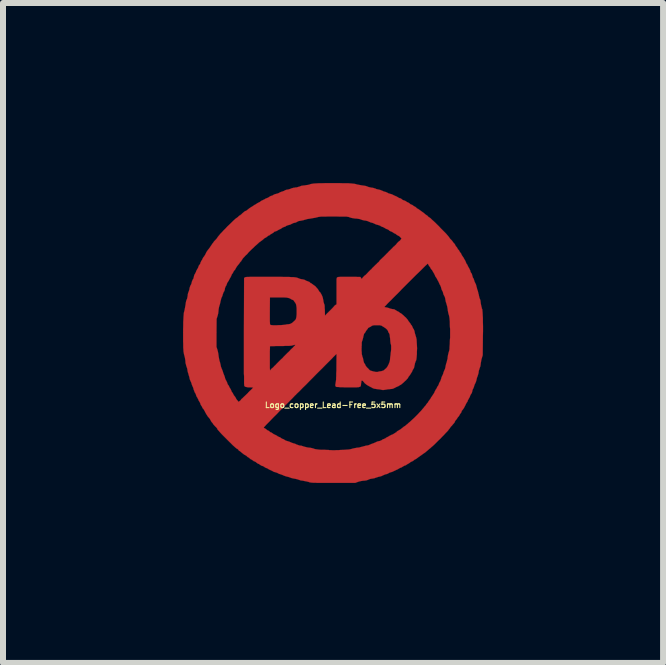
<source format=kicad_pcb>
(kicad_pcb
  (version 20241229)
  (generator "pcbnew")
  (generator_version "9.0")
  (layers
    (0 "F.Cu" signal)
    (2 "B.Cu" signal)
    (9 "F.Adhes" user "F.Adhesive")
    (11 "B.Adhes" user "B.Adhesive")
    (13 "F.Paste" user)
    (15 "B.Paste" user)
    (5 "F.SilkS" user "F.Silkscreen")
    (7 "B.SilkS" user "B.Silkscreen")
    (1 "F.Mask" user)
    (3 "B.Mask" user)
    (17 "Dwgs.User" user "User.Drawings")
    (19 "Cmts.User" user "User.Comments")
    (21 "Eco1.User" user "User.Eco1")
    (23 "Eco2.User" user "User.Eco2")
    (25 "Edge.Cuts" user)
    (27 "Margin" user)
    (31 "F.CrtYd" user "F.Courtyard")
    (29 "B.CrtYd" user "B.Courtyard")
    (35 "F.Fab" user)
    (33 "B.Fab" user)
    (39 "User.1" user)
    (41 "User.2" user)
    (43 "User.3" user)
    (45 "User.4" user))
  (footprint "Logo_copper_Lead-Free_5x5mm"
    (layer "F.Cu")
    (at 2.501 2.501)
    (property "Reference" "Logo_copper_Lead-Free_5x5mm" (at 0 1.2 0) (layer "F.SilkS") (effects (font (size 0.094 0.094) (thickness 0.018))))
    (attr through_hole)
    (fp_poly (pts (xy 2.499 -0.033) (xy 2.497 0.056) (xy 2.497 0.081) (xy 2.494 0.368) (xy 2.479 0.419) (xy 2.471 0.447) (xy 2.466 0.478) (xy 2.461 0.505) (xy 2.461 0.513) (xy 2.454 0.556) (xy 2.443 0.584) (xy 2.436 0.607) (xy 2.428 0.632) (xy 2.426 0.653) (xy 2.421 0.678) (xy 2.413 0.704) (xy 2.408 0.721) (xy 2.398 0.744) (xy 2.393 0.767) (xy 2.39 0.78) (xy 2.385 0.8) (xy 2.377 0.823) (xy 2.372 0.833) (xy 2.362 0.853) (xy 2.355 0.871) (xy 2.352 0.881) (xy 2.347 0.899) (xy 2.339 0.919) (xy 2.337 0.922) (xy 2.329 0.937) (xy 2.322 0.958) (xy 2.319 0.973) (xy 2.314 0.993) (xy 2.306 1.008) (xy 2.301 1.016) (xy 2.294 1.026) (xy 2.286 1.041) (xy 2.283 1.052) (xy 2.276 1.069) (xy 2.266 1.087) (xy 2.261 1.095) (xy 2.253 1.11) (xy 2.245 1.125) (xy 2.24 1.143) (xy 2.23 1.156) (xy 2.22 1.171) (xy 2.212 1.189) (xy 2.202 1.209) (xy 2.189 1.234) (xy 2.174 1.26) (xy 2.159 1.28) (xy 2.156 1.283) (xy 2.146 1.295) (xy 2.141 1.308) (xy 2.141 1.311) (xy 2.139 1.318) (xy 2.131 1.331) (xy 2.123 1.341) (xy 2.113 1.356) (xy 2.103 1.374) (xy 2.101 1.379) (xy 2.093 1.389) (xy 2.088 1.394) (xy 2.088 1.397) (xy 2.083 1.4) (xy 2.075 1.41) (xy 2.075 1.412) (xy 2.065 1.427) (xy 2.052 1.445) (xy 2.047 1.45) (xy 2.037 1.463) (xy 2.032 1.473) (xy 2.029 1.476) (xy 2.029 1.481) (xy 2.027 1.486) (xy 2.022 1.494) (xy 2.012 1.506) (xy 1.996 1.524) (xy 1.976 1.549) (xy 1.968 1.554) (xy 1.953 1.575) (xy 1.951 1.577) (xy 1.951 0.008) (xy 1.951 -0.008) (xy 1.951 -0.025) (xy 1.951 -0.046) (xy 1.951 -0.069) (xy 1.948 -0.097) (xy 1.946 -0.147) (xy 1.946 -0.188) (xy 1.943 -0.221) (xy 1.941 -0.246) (xy 1.938 -0.267) (xy 1.935 -0.282) (xy 1.933 -0.292) (xy 1.93 -0.302) (xy 1.928 -0.307) (xy 1.923 -0.325) (xy 1.918 -0.348) (xy 1.913 -0.373) (xy 1.913 -0.381) (xy 1.908 -0.414) (xy 1.902 -0.445) (xy 1.895 -0.47) (xy 1.887 -0.498) (xy 1.88 -0.518) (xy 1.875 -0.544) (xy 1.872 -0.559) (xy 1.867 -0.587) (xy 1.859 -0.61) (xy 1.857 -0.612) (xy 1.849 -0.627) (xy 1.839 -0.648) (xy 1.836 -0.66) (xy 1.831 -0.681) (xy 1.824 -0.699) (xy 1.819 -0.706) (xy 1.811 -0.721) (xy 1.806 -0.739) (xy 1.803 -0.747) (xy 1.798 -0.767) (xy 1.791 -0.787) (xy 1.788 -0.792) (xy 1.778 -0.81) (xy 1.768 -0.831) (xy 1.768 -0.833) (xy 1.758 -0.853) (xy 1.748 -0.874) (xy 1.745 -0.876) (xy 1.737 -0.892) (xy 1.732 -0.902) (xy 1.732 -0.904) (xy 1.727 -0.912) (xy 1.72 -0.922) (xy 1.717 -0.927) (xy 1.704 -0.945) (xy 1.697 -0.965) (xy 1.694 -0.968) (xy 1.687 -0.986) (xy 1.676 -1.003) (xy 1.674 -1.008) (xy 1.664 -1.024) (xy 1.659 -1.034) (xy 1.656 -1.036) (xy 1.654 -1.044) (xy 1.646 -1.054) (xy 1.636 -1.064) (xy 1.626 -1.079) (xy 1.623 -1.087) (xy 1.613 -1.102) (xy 1.605 -1.113) (xy 1.603 -1.115) (xy 1.598 -1.123) (xy 1.59 -1.135) (xy 1.59 -1.138) (xy 1.582 -1.151) (xy 1.577 -1.156) (xy 1.575 -1.156) (xy 1.572 -1.153) (xy 1.56 -1.14) (xy 1.542 -1.125) (xy 1.519 -1.102) (xy 1.491 -1.074) (xy 1.458 -1.041) (xy 1.422 -1.006) (xy 1.382 -0.968) (xy 1.341 -0.927) (xy 1.298 -0.884) (xy 1.252 -0.838) (xy 1.209 -0.795) (xy 1.163 -0.749) (xy 1.14 -0.726) (xy 1.14 -1.577) (xy 1.12 -1.598) (xy 1.105 -1.613) (xy 1.09 -1.621) (xy 1.082 -1.626) (xy 1.067 -1.633) (xy 1.054 -1.643) (xy 1.041 -1.654) (xy 1.029 -1.659) (xy 1.013 -1.666) (xy 1.003 -1.674) (xy 0.993 -1.681) (xy 0.978 -1.689) (xy 0.97 -1.692) (xy 0.953 -1.699) (xy 0.935 -1.709) (xy 0.932 -1.714) (xy 0.917 -1.725) (xy 0.899 -1.732) (xy 0.897 -1.732) (xy 0.879 -1.74) (xy 0.864 -1.75) (xy 0.861 -1.75) (xy 0.846 -1.76) (xy 0.828 -1.768) (xy 0.826 -1.768) (xy 0.808 -1.775) (xy 0.792 -1.783) (xy 0.792 -1.786) (xy 0.78 -1.791) (xy 0.762 -1.798) (xy 0.744 -1.803) (xy 0.724 -1.808) (xy 0.704 -1.816) (xy 0.693 -1.821) (xy 0.678 -1.829) (xy 0.658 -1.836) (xy 0.648 -1.839) (xy 0.627 -1.844) (xy 0.605 -1.854) (xy 0.597 -1.857) (xy 0.574 -1.867) (xy 0.541 -1.875) (xy 0.533 -1.875) (xy 0.508 -1.88) (xy 0.485 -1.885) (xy 0.467 -1.892) (xy 0.445 -1.9) (xy 0.414 -1.905) (xy 0.396 -1.908) (xy 0.361 -1.91) (xy 0.333 -1.915) (xy 0.312 -1.918) (xy 0.295 -1.923) (xy 0.279 -1.928) (xy 0.274 -1.93) (xy 0.267 -1.933) (xy 0.259 -1.935) (xy 0.251 -1.938) (xy 0.241 -1.938) (xy 0.226 -1.941) (xy 0.208 -1.941) (xy 0.183 -1.941) (xy 0.152 -1.941) (xy 0.114 -1.941) (xy 0.069 -1.943) (xy 0.01 -1.943) (xy -0.046 -1.943) (xy -0.091 -1.943) (xy -0.13 -1.941) (xy -0.16 -1.941) (xy -0.185 -1.941) (xy -0.206 -1.941) (xy -0.221 -1.938) (xy -0.234 -1.938) (xy -0.244 -1.935) (xy -0.254 -1.933) (xy -0.264 -1.93) (xy -0.267 -1.93) (xy -0.292 -1.923) (xy -0.323 -1.918) (xy -0.353 -1.913) (xy -0.368 -1.91) (xy -0.399 -1.905) (xy -0.432 -1.9) (xy -0.457 -1.892) (xy -0.467 -1.89) (xy -0.493 -1.882) (xy -0.518 -1.877) (xy -0.541 -1.872) (xy -0.574 -1.867) (xy -0.594 -1.857) (xy -0.612 -1.847) (xy -0.632 -1.839) (xy -0.638 -1.839) (xy -0.66 -1.834) (xy -0.681 -1.824) (xy -0.688 -1.821) (xy -0.706 -1.811) (xy -0.729 -1.803) (xy -0.739 -1.801) (xy -0.757 -1.796) (xy -0.775 -1.788) (xy -0.782 -1.786) (xy -0.795 -1.775) (xy -0.813 -1.77) (xy -0.815 -1.768) (xy -0.833 -1.763) (xy -0.846 -1.755) (xy -0.848 -1.753) (xy -0.861 -1.745) (xy -0.876 -1.735) (xy -0.889 -1.73) (xy -0.909 -1.72) (xy -0.927 -1.709) (xy -0.937 -1.704) (xy -0.95 -1.697) (xy -0.963 -1.694) (xy -0.965 -1.694) (xy -0.973 -1.692) (xy -0.983 -1.684) (xy -0.993 -1.674) (xy -1.011 -1.664) (xy -1.013 -1.661) (xy -1.031 -1.651) (xy -1.049 -1.641) (xy -1.052 -1.638) (xy -1.062 -1.628) (xy -1.072 -1.626) (xy -1.082 -1.621) (xy -1.092 -1.613) (xy -1.102 -1.605) (xy -1.115 -1.595) (xy -1.125 -1.59) (xy -1.13 -1.587) (xy -1.135 -1.585) (xy -1.148 -1.577) (xy -1.158 -1.567) (xy -1.179 -1.549) (xy -1.196 -1.537) (xy -1.209 -1.527) (xy -1.222 -1.519) (xy -1.232 -1.511) (xy -1.25 -1.494) (xy -1.273 -1.473) (xy -1.3 -1.45) (xy -1.328 -1.422) (xy -1.356 -1.397) (xy -1.384 -1.369) (xy -1.41 -1.344) (xy -1.415 -1.336) (xy -1.435 -1.313) (xy -1.458 -1.293) (xy -1.476 -1.273) (xy -1.488 -1.26) (xy -1.494 -1.255) (xy -1.506 -1.24) (xy -1.516 -1.224) (xy -1.521 -1.217) (xy -1.529 -1.204) (xy -1.534 -1.194) (xy -1.537 -1.194) (xy -1.544 -1.186) (xy -1.552 -1.176) (xy -1.562 -1.161) (xy -1.572 -1.148) (xy -1.587 -1.13) (xy -1.605 -1.107) (xy -1.618 -1.085) (xy -1.628 -1.067) (xy -1.633 -1.057) (xy -1.638 -1.049) (xy -1.641 -1.049) (xy -1.646 -1.044) (xy -1.654 -1.034) (xy -1.661 -1.019) (xy -1.671 -1.001) (xy -1.679 -0.988) (xy -1.684 -0.983) (xy -1.689 -0.975) (xy -1.694 -0.963) (xy -1.694 -0.96) (xy -1.702 -0.942) (xy -1.712 -0.925) (xy -1.722 -0.907) (xy -1.732 -0.889) (xy -1.74 -0.871) (xy -1.75 -0.859) (xy -1.75 -0.856) (xy -1.76 -0.843) (xy -1.768 -0.826) (xy -1.773 -0.81) (xy -1.781 -0.79) (xy -1.786 -0.785) (xy -1.796 -0.765) (xy -1.803 -0.742) (xy -1.803 -0.734) (xy -1.808 -0.714) (xy -1.816 -0.693) (xy -1.821 -0.688) (xy -1.829 -0.671) (xy -1.836 -0.65) (xy -1.839 -0.643) (xy -1.844 -0.622) (xy -1.854 -0.599) (xy -1.857 -0.594) (xy -1.864 -0.577) (xy -1.869 -0.554) (xy -1.875 -0.533) (xy -1.88 -0.508) (xy -1.887 -0.478) (xy -1.895 -0.455) (xy -1.902 -0.427) (xy -1.908 -0.394) (xy -1.91 -0.366) (xy -1.915 -0.325) (xy -1.925 -0.287) (xy -1.928 -0.277) (xy -1.941 -0.236) (xy -1.943 -0.003) (xy -1.943 0.231) (xy -1.928 0.277) (xy -1.92 0.307) (xy -1.913 0.343) (xy -1.908 0.381) (xy -1.908 0.384) (xy -1.902 0.417) (xy -1.897 0.445) (xy -1.892 0.465) (xy -1.892 0.467) (xy -1.885 0.485) (xy -1.88 0.508) (xy -1.875 0.528) (xy -1.869 0.559) (xy -1.859 0.587) (xy -1.854 0.597) (xy -1.847 0.615) (xy -1.839 0.635) (xy -1.836 0.645) (xy -1.831 0.663) (xy -1.824 0.683) (xy -1.819 0.693) (xy -1.811 0.714) (xy -1.803 0.737) (xy -1.801 0.747) (xy -1.796 0.765) (xy -1.788 0.78) (xy -1.786 0.785) (xy -1.778 0.798) (xy -1.77 0.815) (xy -1.765 0.826) (xy -1.76 0.843) (xy -1.753 0.859) (xy -1.748 0.864) (xy -1.737 0.879) (xy -1.732 0.894) (xy -1.73 0.894) (xy -1.722 0.912) (xy -1.712 0.927) (xy -1.704 0.94) (xy -1.697 0.958) (xy -1.694 0.963) (xy -1.689 0.978) (xy -1.681 0.988) (xy -1.679 0.991) (xy -1.671 1.001) (xy -1.664 1.016) (xy -1.661 1.021) (xy -1.654 1.036) (xy -1.643 1.049) (xy -1.641 1.052) (xy -1.631 1.064) (xy -1.623 1.079) (xy -1.615 1.095) (xy -1.603 1.113) (xy -1.595 1.12) (xy -1.577 1.146) (xy -1.557 1.133) (xy -1.547 1.125) (xy -1.537 1.115) (xy -1.532 1.105) (xy -1.521 1.095) (xy -1.506 1.082) (xy -1.486 1.062) (xy -1.458 1.036) (xy -1.427 1.006) (xy -1.417 0.996) (xy -1.41 0.986) (xy -1.4 0.978) (xy -1.392 0.968) (xy -1.387 0.963) (xy -1.379 0.958) (xy -1.369 0.947) (xy -1.356 0.935) (xy -1.344 0.922) (xy -1.336 0.912) (xy -1.331 0.907) (xy -1.336 0.907) (xy -1.349 0.907) (xy -1.369 0.904) (xy -1.384 0.904) (xy -1.42 0.904) (xy -1.445 0.899) (xy -1.466 0.894) (xy -1.476 0.884) (xy -1.478 0.879) (xy -1.481 0.874) (xy -1.481 0.869) (xy -1.481 0.856) (xy -1.483 0.841) (xy -1.483 0.818) (xy -1.483 0.792) (xy -1.483 0.759) (xy -1.483 0.721) (xy -1.486 0.676) (xy -1.486 0.622) (xy -1.486 0.561) (xy -1.486 0.493) (xy -1.486 0.417) (xy -1.486 0.33) (xy -1.486 0.236) (xy -1.486 0.132) (xy -1.486 0.018) (xy -1.486 -0.025) (xy -1.483 -0.917) (xy -1.471 -0.927) (xy -1.468 -0.93) (xy -1.466 -0.93) (xy -1.46 -0.932) (xy -1.453 -0.932) (xy -1.44 -0.935) (xy -1.425 -0.935) (xy -1.407 -0.935) (xy -1.382 -0.937) (xy -1.351 -0.937) (xy -1.313 -0.937) (xy -1.267 -0.937) (xy -1.212 -0.937) (xy -1.148 -0.937) (xy -1.097 -0.937) (xy -1.013 -0.937) (xy -0.94 -0.937) (xy -0.874 -0.937) (xy -0.818 -0.935) (xy -0.77 -0.935) (xy -0.729 -0.935) (xy -0.693 -0.932) (xy -0.665 -0.932) (xy -0.643 -0.93) (xy -0.622 -0.927) (xy -0.61 -0.925) (xy -0.597 -0.922) (xy -0.587 -0.917) (xy -0.584 -0.917) (xy -0.566 -0.909) (xy -0.546 -0.902) (xy -0.521 -0.897) (xy -0.518 -0.897) (xy -0.493 -0.892) (xy -0.472 -0.886) (xy -0.46 -0.879) (xy -0.447 -0.871) (xy -0.429 -0.866) (xy -0.419 -0.861) (xy -0.396 -0.853) (xy -0.384 -0.843) (xy -0.376 -0.833) (xy -0.368 -0.831) (xy -0.361 -0.828) (xy -0.348 -0.818) (xy -0.343 -0.815) (xy -0.328 -0.803) (xy -0.312 -0.792) (xy -0.31 -0.79) (xy -0.297 -0.782) (xy -0.284 -0.767) (xy -0.269 -0.749) (xy -0.254 -0.734) (xy -0.244 -0.716) (xy -0.236 -0.704) (xy -0.234 -0.699) (xy -0.229 -0.691) (xy -0.224 -0.686) (xy -0.216 -0.681) (xy -0.206 -0.665) (xy -0.196 -0.648) (xy -0.191 -0.638) (xy -0.178 -0.61) (xy -0.17 -0.584) (xy -0.165 -0.556) (xy -0.163 -0.549) (xy -0.16 -0.526) (xy -0.155 -0.505) (xy -0.15 -0.49) (xy -0.15 -0.488) (xy -0.145 -0.478) (xy -0.142 -0.465) (xy -0.14 -0.447) (xy -0.14 -0.422) (xy -0.137 -0.389) (xy -0.137 -0.381) (xy -0.135 -0.29) (xy -0.109 -0.318) (xy -0.094 -0.333) (xy -0.081 -0.345) (xy -0.074 -0.353) (xy -0.048 -0.378) (xy -0.025 -0.401) (xy -0.003 -0.424) (xy 0.013 -0.442) (xy 0.025 -0.457) (xy 0.038 -0.467) (xy 0.046 -0.472) (xy 0.058 -0.48) (xy 0.058 -0.699) (xy 0.058 -0.752) (xy 0.058 -0.795) (xy 0.058 -0.831) (xy 0.058 -0.859) (xy 0.058 -0.881) (xy 0.058 -0.897) (xy 0.061 -0.909) (xy 0.061 -0.917) (xy 0.064 -0.922) (xy 0.066 -0.925) (xy 0.069 -0.927) (xy 0.071 -0.93) (xy 0.076 -0.932) (xy 0.081 -0.932) (xy 0.091 -0.935) (xy 0.104 -0.935) (xy 0.124 -0.937) (xy 0.15 -0.937) (xy 0.183 -0.937) (xy 0.224 -0.937) (xy 0.262 -0.937) (xy 0.305 -0.937) (xy 0.345 -0.937) (xy 0.381 -0.937) (xy 0.411 -0.935) (xy 0.434 -0.935) (xy 0.45 -0.935) (xy 0.455 -0.935) (xy 0.462 -0.927) (xy 0.47 -0.914) (xy 0.475 -0.904) (xy 0.478 -0.902) (xy 0.483 -0.909) (xy 0.49 -0.919) (xy 0.5 -0.932) (xy 0.513 -0.945) (xy 0.526 -0.958) (xy 0.533 -0.963) (xy 0.536 -0.963) (xy 0.541 -0.968) (xy 0.551 -0.978) (xy 0.564 -0.991) (xy 0.566 -0.993) (xy 0.584 -1.013) (xy 0.607 -1.036) (xy 0.622 -1.052) (xy 0.638 -1.064) (xy 0.648 -1.077) (xy 0.655 -1.085) (xy 0.668 -1.097) (xy 0.686 -1.115) (xy 0.706 -1.135) (xy 0.726 -1.153) (xy 0.742 -1.171) (xy 0.744 -1.171) (xy 0.759 -1.184) (xy 0.767 -1.194) (xy 0.772 -1.199) (xy 0.775 -1.206) (xy 0.785 -1.217) (xy 0.798 -1.229) (xy 0.8 -1.232) (xy 0.815 -1.245) (xy 0.826 -1.257) (xy 0.833 -1.262) (xy 0.838 -1.267) (xy 0.851 -1.28) (xy 0.866 -1.295) (xy 0.884 -1.313) (xy 0.886 -1.316) (xy 0.904 -1.333) (xy 0.922 -1.351) (xy 0.932 -1.364) (xy 0.94 -1.369) (xy 0.947 -1.377) (xy 0.958 -1.387) (xy 0.97 -1.4) (xy 0.978 -1.407) (xy 0.991 -1.42) (xy 1.003 -1.435) (xy 1.024 -1.45) (xy 1.026 -1.455) (xy 1.041 -1.468) (xy 1.052 -1.478) (xy 1.054 -1.483) (xy 1.059 -1.488) (xy 1.067 -1.499) (xy 1.079 -1.511) (xy 1.092 -1.524) (xy 1.105 -1.534) (xy 1.113 -1.539) (xy 1.118 -1.544) (xy 1.125 -1.554) (xy 1.13 -1.56) (xy 1.14 -1.577) (xy 1.14 -0.726) (xy 1.12 -0.704) (xy 1.077 -0.66) (xy 1.036 -0.62) (xy 0.998 -0.582) (xy 0.963 -0.546) (xy 0.932 -0.516) (xy 0.904 -0.488) (xy 0.884 -0.465) (xy 0.869 -0.45) (xy 0.859 -0.439) (xy 0.856 -0.434) (xy 0.864 -0.432) (xy 0.876 -0.429) (xy 0.889 -0.427) (xy 0.912 -0.422) (xy 0.937 -0.414) (xy 0.947 -0.409) (xy 0.968 -0.404) (xy 0.991 -0.399) (xy 0.998 -0.399) (xy 1.024 -0.394) (xy 1.036 -0.386) (xy 1.052 -0.376) (xy 1.069 -0.366) (xy 1.074 -0.363) (xy 1.09 -0.356) (xy 1.102 -0.348) (xy 1.107 -0.343) (xy 1.118 -0.335) (xy 1.133 -0.328) (xy 1.143 -0.32) (xy 1.158 -0.307) (xy 1.176 -0.292) (xy 1.194 -0.274) (xy 1.214 -0.257) (xy 1.229 -0.239) (xy 1.242 -0.224) (xy 1.25 -0.213) (xy 1.252 -0.208) (xy 1.255 -0.201) (xy 1.265 -0.191) (xy 1.27 -0.183) (xy 1.28 -0.17) (xy 1.288 -0.16) (xy 1.29 -0.157) (xy 1.293 -0.15) (xy 1.3 -0.137) (xy 1.303 -0.137) (xy 1.313 -0.124) (xy 1.321 -0.107) (xy 1.323 -0.102) (xy 1.331 -0.084) (xy 1.339 -0.069) (xy 1.344 -0.066) (xy 1.351 -0.048) (xy 1.359 -0.023) (xy 1.359 -0.018) (xy 1.364 0.005) (xy 1.372 0.03) (xy 1.377 0.048) (xy 1.384 0.071) (xy 1.392 0.107) (xy 1.394 0.147) (xy 1.397 0.198) (xy 1.4 0.254) (xy 1.397 0.312) (xy 1.397 0.348) (xy 1.394 0.384) (xy 1.392 0.411) (xy 1.389 0.429) (xy 1.387 0.445) (xy 1.384 0.455) (xy 1.382 0.46) (xy 1.379 0.465) (xy 1.372 0.483) (xy 1.364 0.508) (xy 1.361 0.526) (xy 1.354 0.556) (xy 1.349 0.579) (xy 1.341 0.594) (xy 1.331 0.61) (xy 1.323 0.625) (xy 1.323 0.627) (xy 1.318 0.64) (xy 1.306 0.66) (xy 1.293 0.681) (xy 1.278 0.704) (xy 1.273 0.711) (xy 1.26 0.726) (xy 1.25 0.744) (xy 1.245 0.754) (xy 1.232 0.767) (xy 1.217 0.785) (xy 1.196 0.803) (xy 1.176 0.823) (xy 1.158 0.838) (xy 1.143 0.851) (xy 1.13 0.861) (xy 1.125 0.864) (xy 1.118 0.866) (xy 1.107 0.874) (xy 1.102 0.876) (xy 1.087 0.886) (xy 1.067 0.894) (xy 1.049 0.902) (xy 1.031 0.912) (xy 1.026 0.914) (xy 1.016 0.919) (xy 1.003 0.925) (xy 0.986 0.93) (xy 0.968 0.932) (xy 0.968 0.239) (xy 0.968 0.211) (xy 0.965 0.191) (xy 0.96 0.178) (xy 0.958 0.163) (xy 0.955 0.142) (xy 0.953 0.117) (xy 0.95 0.081) (xy 0.947 0.066) (xy 0.945 0.041) (xy 0.942 0.023) (xy 0.937 0.01) (xy 0.932 0) (xy 0.93 0) (xy 0.922 -0.015) (xy 0.917 -0.028) (xy 0.917 -0.03) (xy 0.912 -0.041) (xy 0.902 -0.056) (xy 0.886 -0.071) (xy 0.871 -0.084) (xy 0.853 -0.094) (xy 0.851 -0.097) (xy 0.833 -0.107) (xy 0.818 -0.117) (xy 0.81 -0.122) (xy 0.805 -0.124) (xy 0.792 -0.127) (xy 0.78 -0.13) (xy 0.757 -0.13) (xy 0.729 -0.13) (xy 0.701 -0.13) (xy 0.681 -0.13) (xy 0.665 -0.127) (xy 0.655 -0.124) (xy 0.648 -0.122) (xy 0.64 -0.117) (xy 0.638 -0.114) (xy 0.622 -0.104) (xy 0.605 -0.097) (xy 0.602 -0.094) (xy 0.592 -0.089) (xy 0.584 -0.084) (xy 0.582 -0.079) (xy 0.574 -0.066) (xy 0.564 -0.056) (xy 0.554 -0.041) (xy 0.544 -0.028) (xy 0.544 -0.023) (xy 0.538 -0.015) (xy 0.531 -0.003) (xy 0.526 0) (xy 0.516 0.015) (xy 0.511 0.033) (xy 0.505 0.056) (xy 0.5 0.081) (xy 0.493 0.107) (xy 0.488 0.124) (xy 0.483 0.137) (xy 0.48 0.147) (xy 0.478 0.163) (xy 0.478 0.18) (xy 0.478 0.203) (xy 0.475 0.234) (xy 0.475 0.257) (xy 0.475 0.295) (xy 0.478 0.323) (xy 0.478 0.343) (xy 0.48 0.358) (xy 0.483 0.368) (xy 0.485 0.378) (xy 0.485 0.381) (xy 0.49 0.396) (xy 0.498 0.417) (xy 0.503 0.442) (xy 0.503 0.447) (xy 0.511 0.478) (xy 0.516 0.495) (xy 0.521 0.503) (xy 0.531 0.516) (xy 0.538 0.531) (xy 0.538 0.533) (xy 0.544 0.544) (xy 0.556 0.561) (xy 0.572 0.579) (xy 0.582 0.587) (xy 0.597 0.605) (xy 0.61 0.617) (xy 0.622 0.625) (xy 0.638 0.63) (xy 0.658 0.635) (xy 0.663 0.638) (xy 0.691 0.643) (xy 0.711 0.648) (xy 0.726 0.648) (xy 0.742 0.648) (xy 0.759 0.643) (xy 0.767 0.64) (xy 0.787 0.638) (xy 0.805 0.635) (xy 0.813 0.632) (xy 0.823 0.63) (xy 0.838 0.625) (xy 0.856 0.612) (xy 0.866 0.602) (xy 0.884 0.587) (xy 0.897 0.572) (xy 0.909 0.554) (xy 0.922 0.528) (xy 0.925 0.523) (xy 0.935 0.498) (xy 0.942 0.48) (xy 0.947 0.46) (xy 0.95 0.437) (xy 0.95 0.429) (xy 0.953 0.399) (xy 0.958 0.368) (xy 0.96 0.34) (xy 0.96 0.338) (xy 0.965 0.305) (xy 0.968 0.272) (xy 0.968 0.239) (xy 0.968 0.932) (xy 0.963 0.932) (xy 0.94 0.935) (xy 0.912 0.937) (xy 0.886 0.942) (xy 0.866 0.945) (xy 0.853 0.947) (xy 0.831 0.95) (xy 0.818 0.947) (xy 0.805 0.945) (xy 0.785 0.94) (xy 0.759 0.937) (xy 0.737 0.935) (xy 0.706 0.93) (xy 0.686 0.927) (xy 0.671 0.922) (xy 0.66 0.917) (xy 0.658 0.917) (xy 0.643 0.907) (xy 0.625 0.899) (xy 0.622 0.897) (xy 0.592 0.881) (xy 0.559 0.861) (xy 0.528 0.836) (xy 0.513 0.818) (xy 0.498 0.8) (xy 0.485 0.792) (xy 0.478 0.792) (xy 0.472 0.8) (xy 0.47 0.82) (xy 0.467 0.838) (xy 0.465 0.864) (xy 0.462 0.881) (xy 0.455 0.892) (xy 0.442 0.897) (xy 0.422 0.902) (xy 0.414 0.902) (xy 0.394 0.904) (xy 0.368 0.904) (xy 0.338 0.904) (xy 0.302 0.904) (xy 0.264 0.904) (xy 0.224 0.904) (xy 0.185 0.904) (xy 0.15 0.902) (xy 0.117 0.902) (xy 0.089 0.899) (xy 0.069 0.899) (xy 0.056 0.897) (xy 0.053 0.897) (xy 0.043 0.889) (xy 0.038 0.876) (xy 0.038 0.859) (xy 0.043 0.833) (xy 0.043 0.826) (xy 0.046 0.813) (xy 0.048 0.795) (xy 0.051 0.775) (xy 0.051 0.747) (xy 0.053 0.714) (xy 0.053 0.671) (xy 0.056 0.622) (xy 0.056 0.566) (xy 0.058 0.348) (xy 0.046 0.358) (xy 0.038 0.366) (xy 0.023 0.381) (xy 0 0.404) (xy -0.023 0.429) (xy -0.056 0.462) (xy -0.094 0.5) (xy -0.135 0.541) (xy -0.18 0.587) (xy -0.229 0.635) (xy -0.282 0.688) (xy -0.335 0.742) (xy -0.391 0.798) (xy -0.447 0.856) (xy -0.505 0.912) (xy -0.564 0.973) (xy -0.607 1.013) (xy -0.607 -0.361) (xy -0.607 -0.366) (xy -0.607 -0.409) (xy -0.61 -0.442) (xy -0.615 -0.47) (xy -0.62 -0.488) (xy -0.63 -0.503) (xy -0.632 -0.508) (xy -0.643 -0.521) (xy -0.65 -0.533) (xy -0.653 -0.536) (xy -0.658 -0.546) (xy -0.676 -0.554) (xy -0.681 -0.556) (xy -0.699 -0.564) (xy -0.714 -0.574) (xy -0.719 -0.577) (xy -0.732 -0.582) (xy -0.752 -0.587) (xy -0.777 -0.592) (xy -0.813 -0.594) (xy -0.856 -0.594) (xy -0.909 -0.594) (xy -0.932 -0.594) (xy -1.052 -0.594) (xy -1.054 -0.368) (xy -1.054 -0.312) (xy -1.054 -0.264) (xy -1.054 -0.226) (xy -1.054 -0.196) (xy -1.052 -0.173) (xy -1.052 -0.157) (xy -1.049 -0.145) (xy -1.049 -0.14) (xy -1.046 -0.137) (xy -1.039 -0.135) (xy -1.024 -0.132) (xy -0.998 -0.13) (xy -0.97 -0.13) (xy -0.937 -0.13) (xy -0.904 -0.132) (xy -0.871 -0.132) (xy -0.841 -0.135) (xy -0.815 -0.137) (xy -0.795 -0.14) (xy -0.792 -0.14) (xy -0.77 -0.145) (xy -0.744 -0.147) (xy -0.726 -0.15) (xy -0.704 -0.157) (xy -0.678 -0.173) (xy -0.653 -0.196) (xy -0.645 -0.203) (xy -0.635 -0.213) (xy -0.632 -0.216) (xy -0.622 -0.229) (xy -0.615 -0.249) (xy -0.61 -0.277) (xy -0.607 -0.315) (xy -0.607 -0.361) (xy -0.607 1.013) (xy -0.622 1.031) (xy -0.63 1.036) (xy -0.63 0.198) (xy -0.632 0.196) (xy -0.64 0.196) (xy -0.65 0.198) (xy -0.668 0.203) (xy -0.678 0.206) (xy -0.688 0.208) (xy -0.699 0.211) (xy -0.714 0.211) (xy -0.732 0.213) (xy -0.757 0.213) (xy -0.79 0.213) (xy -0.831 0.216) (xy -0.874 0.216) (xy -0.917 0.216) (xy -0.955 0.216) (xy -0.988 0.218) (xy -1.016 0.218) (xy -1.036 0.218) (xy -1.046 0.218) (xy -1.049 0.221) (xy -1.052 0.226) (xy -1.052 0.241) (xy -1.052 0.264) (xy -1.054 0.292) (xy -1.054 0.328) (xy -1.054 0.363) (xy -1.054 0.404) (xy -1.054 0.445) (xy -1.054 0.483) (xy -1.054 0.521) (xy -1.054 0.554) (xy -1.054 0.582) (xy -1.052 0.605) (xy -1.052 0.617) (xy -1.049 0.622) (xy -1.044 0.617) (xy -1.039 0.61) (xy -1.031 0.599) (xy -1.029 0.597) (xy -1.024 0.592) (xy -1.011 0.582) (xy -0.996 0.569) (xy -0.978 0.549) (xy -0.958 0.531) (xy -0.937 0.508) (xy -0.922 0.493) (xy -0.917 0.488) (xy -0.904 0.475) (xy -0.886 0.457) (xy -0.866 0.437) (xy -0.843 0.417) (xy -0.823 0.394) (xy -0.8 0.371) (xy -0.78 0.351) (xy -0.762 0.333) (xy -0.752 0.323) (xy -0.744 0.318) (xy -0.744 0.315) (xy -0.737 0.31) (xy -0.724 0.297) (xy -0.709 0.279) (xy -0.691 0.262) (xy -0.671 0.244) (xy -0.655 0.226) (xy -0.643 0.213) (xy -0.635 0.206) (xy -0.63 0.198) (xy -0.63 1.036) (xy -0.681 1.09) (xy -0.737 1.146) (xy -0.792 1.201) (xy -0.846 1.255) (xy -0.897 1.306) (xy -0.942 1.354) (xy -0.986 1.397) (xy -1.026 1.438) (xy -1.062 1.476) (xy -1.092 1.506) (xy -1.118 1.532) (xy -1.135 1.552) (xy -1.148 1.565) (xy -1.153 1.57) (xy -1.156 1.57) (xy -1.151 1.58) (xy -1.14 1.587) (xy -1.125 1.595) (xy -1.11 1.608) (xy -1.107 1.61) (xy -1.095 1.618) (xy -1.085 1.626) (xy -1.082 1.626) (xy -1.074 1.628) (xy -1.064 1.636) (xy -1.059 1.641) (xy -1.046 1.651) (xy -1.036 1.656) (xy -1.034 1.656) (xy -1.026 1.659) (xy -1.016 1.666) (xy -1.008 1.671) (xy -0.991 1.684) (xy -0.973 1.692) (xy -0.968 1.694) (xy -0.953 1.702) (xy -0.932 1.712) (xy -0.93 1.717) (xy -0.914 1.725) (xy -0.904 1.73) (xy -0.899 1.732) (xy -0.889 1.735) (xy -0.876 1.742) (xy -0.874 1.745) (xy -0.859 1.755) (xy -0.841 1.765) (xy -0.836 1.765) (xy -0.818 1.773) (xy -0.805 1.783) (xy -0.8 1.786) (xy -0.79 1.791) (xy -0.772 1.798) (xy -0.759 1.801) (xy -0.737 1.808) (xy -0.716 1.816) (xy -0.706 1.821) (xy -0.686 1.829) (xy -0.665 1.836) (xy -0.658 1.839) (xy -0.635 1.844) (xy -0.615 1.854) (xy -0.61 1.857) (xy -0.589 1.864) (xy -0.566 1.872) (xy -0.556 1.875) (xy -0.531 1.877) (xy -0.505 1.885) (xy -0.493 1.89) (xy -0.472 1.895) (xy -0.447 1.902) (xy -0.419 1.908) (xy -0.401 1.91) (xy -0.373 1.913) (xy -0.351 1.918) (xy -0.333 1.923) (xy -0.325 1.925) (xy -0.305 1.933) (xy -0.274 1.938) (xy -0.236 1.943) (xy -0.191 1.946) (xy -0.165 1.946) (xy -0.135 1.946) (xy -0.104 1.948) (xy -0.076 1.948) (xy -0.061 1.951) (xy -0.038 1.951) (xy -0.008 1.953) (xy 0.018 1.953) (xy 0.028 1.953) (xy 0.058 1.951) (xy 0.094 1.951) (xy 0.127 1.948) (xy 0.14 1.948) (xy 0.188 1.946) (xy 0.226 1.943) (xy 0.257 1.941) (xy 0.279 1.938) (xy 0.3 1.933) (xy 0.315 1.93) (xy 0.318 1.928) (xy 0.338 1.923) (xy 0.361 1.918) (xy 0.389 1.913) (xy 0.406 1.91) (xy 0.434 1.908) (xy 0.46 1.9) (xy 0.483 1.895) (xy 0.493 1.892) (xy 0.511 1.887) (xy 0.536 1.88) (xy 0.559 1.875) (xy 0.582 1.872) (xy 0.605 1.864) (xy 0.62 1.857) (xy 0.638 1.849) (xy 0.66 1.841) (xy 0.668 1.839) (xy 0.686 1.831) (xy 0.704 1.824) (xy 0.709 1.821) (xy 0.724 1.814) (xy 0.742 1.806) (xy 0.759 1.803) (xy 0.78 1.798) (xy 0.798 1.791) (xy 0.808 1.786) (xy 0.823 1.775) (xy 0.838 1.768) (xy 0.841 1.768) (xy 0.859 1.76) (xy 0.876 1.753) (xy 0.876 1.75) (xy 0.892 1.74) (xy 0.909 1.732) (xy 0.912 1.73) (xy 0.927 1.722) (xy 0.94 1.714) (xy 0.942 1.712) (xy 0.953 1.707) (xy 0.968 1.699) (xy 0.98 1.694) (xy 0.998 1.687) (xy 1.011 1.679) (xy 1.019 1.674) (xy 1.026 1.669) (xy 1.041 1.661) (xy 1.041 1.659) (xy 1.054 1.654) (xy 1.059 1.648) (xy 1.059 1.646) (xy 1.064 1.641) (xy 1.074 1.633) (xy 1.085 1.628) (xy 1.123 1.605) (xy 1.153 1.582) (xy 1.161 1.575) (xy 1.173 1.565) (xy 1.189 1.554) (xy 1.201 1.547) (xy 1.214 1.537) (xy 1.224 1.527) (xy 1.242 1.514) (xy 1.257 1.499) (xy 1.285 1.476) (xy 1.318 1.445) (xy 1.351 1.415) (xy 1.379 1.387) (xy 1.384 1.382) (xy 1.415 1.351) (xy 1.44 1.323) (xy 1.46 1.303) (xy 1.476 1.285) (xy 1.488 1.27) (xy 1.499 1.257) (xy 1.514 1.24) (xy 1.527 1.222) (xy 1.537 1.214) (xy 1.547 1.199) (xy 1.557 1.184) (xy 1.56 1.181) (xy 1.567 1.171) (xy 1.575 1.163) (xy 1.582 1.156) (xy 1.585 1.151) (xy 1.59 1.138) (xy 1.6 1.125) (xy 1.605 1.12) (xy 1.615 1.105) (xy 1.626 1.09) (xy 1.628 1.085) (xy 1.636 1.069) (xy 1.646 1.059) (xy 1.646 1.057) (xy 1.654 1.046) (xy 1.656 1.041) (xy 1.661 1.034) (xy 1.669 1.021) (xy 1.674 1.016) (xy 1.684 0.998) (xy 1.694 0.98) (xy 1.694 0.975) (xy 1.702 0.96) (xy 1.709 0.947) (xy 1.709 0.945) (xy 1.72 0.932) (xy 1.727 0.917) (xy 1.73 0.912) (xy 1.737 0.897) (xy 1.745 0.884) (xy 1.748 0.881) (xy 1.755 0.869) (xy 1.763 0.853) (xy 1.763 0.848) (xy 1.77 0.831) (xy 1.781 0.81) (xy 1.783 0.81) (xy 1.791 0.792) (xy 1.798 0.772) (xy 1.803 0.757) (xy 1.808 0.737) (xy 1.816 0.719) (xy 1.821 0.709) (xy 1.829 0.693) (xy 1.836 0.676) (xy 1.836 0.673) (xy 1.841 0.655) (xy 1.849 0.635) (xy 1.854 0.622) (xy 1.864 0.602) (xy 1.872 0.574) (xy 1.875 0.556) (xy 1.88 0.531) (xy 1.887 0.503) (xy 1.895 0.483) (xy 1.9 0.457) (xy 1.908 0.429) (xy 1.91 0.409) (xy 1.913 0.384) (xy 1.918 0.356) (xy 1.925 0.33) (xy 1.925 0.328) (xy 1.93 0.312) (xy 1.935 0.297) (xy 1.938 0.282) (xy 1.941 0.264) (xy 1.941 0.239) (xy 1.943 0.211) (xy 1.946 0.173) (xy 1.946 0.152) (xy 1.948 0.109) (xy 1.951 0.076) (xy 1.951 0.048) (xy 1.951 0.025) (xy 1.951 0.008) (xy 1.951 1.577) (xy 1.941 1.593) (xy 1.93 1.605) (xy 1.928 1.608) (xy 1.918 1.623) (xy 1.9 1.643) (xy 1.877 1.666) (xy 1.849 1.697) (xy 1.819 1.727) (xy 1.788 1.76) (xy 1.755 1.791) (xy 1.722 1.824) (xy 1.692 1.854) (xy 1.664 1.88) (xy 1.638 1.902) (xy 1.621 1.918) (xy 1.608 1.928) (xy 1.598 1.935) (xy 1.585 1.948) (xy 1.567 1.963) (xy 1.557 1.971) (xy 1.542 1.984) (xy 1.527 1.996) (xy 1.516 2.002) (xy 1.516 2.004) (xy 1.509 2.007) (xy 1.499 2.014) (xy 1.486 2.024) (xy 1.471 2.035) (xy 1.46 2.042) (xy 1.443 2.055) (xy 1.422 2.068) (xy 1.415 2.075) (xy 1.397 2.088) (xy 1.382 2.098) (xy 1.372 2.103) (xy 1.369 2.106) (xy 1.361 2.108) (xy 1.351 2.116) (xy 1.346 2.121) (xy 1.331 2.131) (xy 1.313 2.141) (xy 1.311 2.141) (xy 1.293 2.149) (xy 1.278 2.162) (xy 1.267 2.169) (xy 1.26 2.174) (xy 1.252 2.177) (xy 1.24 2.184) (xy 1.232 2.189) (xy 1.217 2.2) (xy 1.201 2.207) (xy 1.196 2.207) (xy 1.181 2.215) (xy 1.166 2.223) (xy 1.158 2.228) (xy 1.143 2.238) (xy 1.128 2.243) (xy 1.123 2.245) (xy 1.11 2.25) (xy 1.095 2.261) (xy 1.092 2.261) (xy 1.077 2.271) (xy 1.059 2.278) (xy 1.054 2.281) (xy 1.036 2.289) (xy 1.016 2.299) (xy 1.013 2.299) (xy 0.996 2.309) (xy 0.975 2.316) (xy 0.965 2.319) (xy 0.947 2.324) (xy 0.927 2.334) (xy 0.922 2.337) (xy 0.904 2.347) (xy 0.884 2.352) (xy 0.881 2.352) (xy 0.866 2.357) (xy 0.846 2.365) (xy 0.831 2.372) (xy 0.808 2.383) (xy 0.785 2.39) (xy 0.77 2.393) (xy 0.749 2.398) (xy 0.729 2.405) (xy 0.719 2.408) (xy 0.704 2.413) (xy 0.683 2.421) (xy 0.658 2.423) (xy 0.655 2.426) (xy 0.632 2.428) (xy 0.615 2.433) (xy 0.602 2.436) (xy 0.599 2.438) (xy 0.582 2.446) (xy 0.559 2.454) (xy 0.528 2.459) (xy 0.5 2.461) (xy 0.467 2.466) (xy 0.434 2.474) (xy 0.409 2.482) (xy 0.368 2.497) (xy 0.043 2.497) (xy -0.013 2.497) (xy -0.071 2.497) (xy -0.127 2.497) (xy -0.178 2.497) (xy -0.224 2.497) (xy -0.262 2.497) (xy -0.295 2.494) (xy -0.32 2.494) (xy -0.333 2.494) (xy -0.363 2.492) (xy -0.391 2.487) (xy -0.414 2.479) (xy -0.417 2.479) (xy -0.434 2.474) (xy -0.46 2.469) (xy -0.488 2.464) (xy -0.498 2.461) (xy -0.538 2.456) (xy -0.569 2.446) (xy -0.577 2.443) (xy -0.597 2.436) (xy -0.62 2.431) (xy -0.645 2.426) (xy -0.671 2.421) (xy -0.693 2.416) (xy -0.711 2.41) (xy -0.711 2.408) (xy -0.729 2.403) (xy -0.752 2.395) (xy -0.767 2.393) (xy -0.792 2.385) (xy -0.818 2.377) (xy -0.831 2.37) (xy -0.851 2.362) (xy -0.869 2.355) (xy -0.879 2.352) (xy -0.897 2.347) (xy -0.914 2.339) (xy -0.917 2.337) (xy -0.932 2.329) (xy -0.953 2.322) (xy -0.963 2.319) (xy -0.983 2.314) (xy -1.001 2.306) (xy -1.006 2.301) (xy -1.021 2.294) (xy -1.039 2.286) (xy -1.044 2.283) (xy -1.062 2.276) (xy -1.074 2.268) (xy -1.079 2.266) (xy -1.09 2.258) (xy -1.107 2.25) (xy -1.11 2.25) (xy -1.128 2.243) (xy -1.14 2.235) (xy -1.143 2.233) (xy -1.153 2.225) (xy -1.171 2.217) (xy -1.176 2.215) (xy -1.194 2.21) (xy -1.214 2.197) (xy -1.217 2.195) (xy -1.232 2.184) (xy -1.242 2.179) (xy -1.245 2.179) (xy -1.252 2.177) (xy -1.265 2.167) (xy -1.273 2.162) (xy -1.288 2.149) (xy -1.303 2.141) (xy -1.308 2.139) (xy -1.323 2.134) (xy -1.336 2.123) (xy -1.351 2.113) (xy -1.369 2.103) (xy -1.372 2.103) (xy -1.382 2.095) (xy -1.389 2.09) (xy -1.394 2.083) (xy -1.405 2.075) (xy -1.41 2.073) (xy -1.425 2.065) (xy -1.433 2.057) (xy -1.435 2.055) (xy -1.443 2.047) (xy -1.455 2.04) (xy -1.458 2.037) (xy -1.468 2.032) (xy -1.476 2.029) (xy -1.486 2.022) (xy -1.499 2.012) (xy -1.519 1.996) (xy -1.537 1.981) (xy -1.549 1.971) (xy -1.562 1.963) (xy -1.567 1.961) (xy -1.572 1.956) (xy -1.577 1.948) (xy -1.585 1.938) (xy -1.6 1.928) (xy -1.603 1.928) (xy -1.613 1.92) (xy -1.628 1.908) (xy -1.648 1.89) (xy -1.674 1.867) (xy -1.699 1.841) (xy -1.73 1.811) (xy -1.76 1.781) (xy -1.791 1.75) (xy -1.821 1.72) (xy -1.849 1.692) (xy -1.875 1.664) (xy -1.895 1.641) (xy -1.913 1.621) (xy -1.925 1.608) (xy -1.928 1.6) (xy -1.928 1.598) (xy -1.933 1.59) (xy -1.943 1.575) (xy -1.963 1.557) (xy -1.981 1.537) (xy -1.991 1.527) (xy -1.996 1.519) (xy -1.999 1.516) (xy -2.002 1.509) (xy -2.009 1.499) (xy -2.017 1.491) (xy -2.027 1.478) (xy -2.035 1.468) (xy -2.035 1.463) (xy -2.04 1.455) (xy -2.047 1.443) (xy -2.052 1.433) (xy -2.07 1.41) (xy -2.085 1.394) (xy -2.093 1.382) (xy -2.101 1.369) (xy -2.108 1.359) (xy -2.111 1.354) (xy -2.123 1.333) (xy -2.134 1.313) (xy -2.136 1.306) (xy -2.149 1.285) (xy -2.159 1.267) (xy -2.164 1.262) (xy -2.174 1.252) (xy -2.179 1.242) (xy -2.179 1.24) (xy -2.182 1.232) (xy -2.189 1.219) (xy -2.195 1.212) (xy -2.205 1.196) (xy -2.212 1.179) (xy -2.212 1.173) (xy -2.22 1.156) (xy -2.23 1.14) (xy -2.24 1.125) (xy -2.245 1.11) (xy -2.253 1.095) (xy -2.261 1.077) (xy -2.266 1.072) (xy -2.276 1.054) (xy -2.283 1.036) (xy -2.283 1.031) (xy -2.291 1.013) (xy -2.299 0.996) (xy -2.301 0.996) (xy -2.309 0.98) (xy -2.316 0.958) (xy -2.322 0.947) (xy -2.327 0.925) (xy -2.334 0.904) (xy -2.339 0.894) (xy -2.347 0.876) (xy -2.355 0.856) (xy -2.355 0.851) (xy -2.362 0.831) (xy -2.37 0.81) (xy -2.372 0.808) (xy -2.38 0.79) (xy -2.388 0.77) (xy -2.393 0.747) (xy -2.393 0.744) (xy -2.4 0.719) (xy -2.408 0.693) (xy -2.413 0.673) (xy -2.421 0.65) (xy -2.426 0.622) (xy -2.428 0.607) (xy -2.433 0.584) (xy -2.441 0.561) (xy -2.446 0.549) (xy -2.451 0.526) (xy -2.459 0.498) (xy -2.461 0.46) (xy -2.466 0.429) (xy -2.471 0.401) (xy -2.477 0.381) (xy -2.479 0.371) (xy -2.484 0.356) (xy -2.487 0.335) (xy -2.492 0.31) (xy -2.494 0.277) (xy -2.497 0.239) (xy -2.497 0.191) (xy -2.499 0.135) (xy -2.499 0.071) (xy -2.499 0.015) (xy -2.499 -0.058) (xy -2.497 -0.124) (xy -2.497 -0.183) (xy -2.494 -0.231) (xy -2.492 -0.272) (xy -2.489 -0.307) (xy -2.487 -0.335) (xy -2.482 -0.356) (xy -2.479 -0.366) (xy -2.474 -0.386) (xy -2.469 -0.414) (xy -2.464 -0.442) (xy -2.459 -0.467) (xy -2.454 -0.505) (xy -2.449 -0.533) (xy -2.441 -0.554) (xy -2.433 -0.572) (xy -2.428 -0.594) (xy -2.423 -0.62) (xy -2.421 -0.645) (xy -2.416 -0.665) (xy -2.41 -0.683) (xy -2.408 -0.686) (xy -2.403 -0.701) (xy -2.395 -0.724) (xy -2.393 -0.739) (xy -2.388 -0.762) (xy -2.38 -0.785) (xy -2.375 -0.795) (xy -2.365 -0.813) (xy -2.357 -0.836) (xy -2.355 -0.851) (xy -2.347 -0.871) (xy -2.342 -0.886) (xy -2.334 -0.897) (xy -2.327 -0.909) (xy -2.322 -0.93) (xy -2.319 -0.942) (xy -2.314 -0.963) (xy -2.306 -0.98) (xy -2.301 -0.988) (xy -2.294 -1.001) (xy -2.286 -1.016) (xy -2.283 -1.026) (xy -2.276 -1.044) (xy -2.268 -1.057) (xy -2.266 -1.062) (xy -2.258 -1.072) (xy -2.25 -1.09) (xy -2.245 -1.1) (xy -2.24 -1.118) (xy -2.233 -1.13) (xy -2.228 -1.135) (xy -2.22 -1.146) (xy -2.212 -1.161) (xy -2.21 -1.173) (xy -2.202 -1.189) (xy -2.197 -1.201) (xy -2.195 -1.206) (xy -2.187 -1.212) (xy -2.182 -1.224) (xy -2.179 -1.229) (xy -2.172 -1.245) (xy -2.164 -1.26) (xy -2.162 -1.262) (xy -2.149 -1.278) (xy -2.136 -1.298) (xy -2.121 -1.326) (xy -2.111 -1.349) (xy -2.098 -1.367) (xy -2.085 -1.387) (xy -2.08 -1.392) (xy -2.068 -1.407) (xy -2.055 -1.425) (xy -2.052 -1.427) (xy -2.042 -1.445) (xy -2.029 -1.463) (xy -2.027 -1.466) (xy -2.017 -1.481) (xy -2.007 -1.496) (xy -2.004 -1.499) (xy -1.996 -1.509) (xy -1.984 -1.527) (xy -1.968 -1.544) (xy -1.963 -1.549) (xy -1.948 -1.565) (xy -1.935 -1.58) (xy -1.93 -1.587) (xy -1.928 -1.59) (xy -1.925 -1.598) (xy -1.915 -1.61) (xy -1.897 -1.631) (xy -1.877 -1.656) (xy -1.852 -1.681) (xy -1.824 -1.712) (xy -1.793 -1.742) (xy -1.763 -1.775) (xy -1.73 -1.806) (xy -1.699 -1.836) (xy -1.671 -1.864) (xy -1.646 -1.887) (xy -1.623 -1.908) (xy -1.605 -1.92) (xy -1.598 -1.925) (xy -1.582 -1.938) (xy -1.572 -1.948) (xy -1.57 -1.951) (xy -1.56 -1.958) (xy -1.554 -1.961) (xy -1.547 -1.963) (xy -1.537 -1.974) (xy -1.532 -1.976) (xy -1.514 -1.994) (xy -1.496 -2.009) (xy -1.481 -2.022) (xy -1.466 -2.032) (xy -1.458 -2.035) (xy -1.453 -2.037) (xy -1.445 -2.04) (xy -1.435 -2.047) (xy -1.42 -2.06) (xy -1.397 -2.078) (xy -1.387 -2.085) (xy -1.372 -2.095) (xy -1.354 -2.106) (xy -1.349 -2.108) (xy -1.336 -2.118) (xy -1.326 -2.123) (xy -1.323 -2.126) (xy -1.316 -2.131) (xy -1.303 -2.139) (xy -1.3 -2.139) (xy -1.285 -2.149) (xy -1.273 -2.156) (xy -1.27 -2.159) (xy -1.257 -2.167) (xy -1.242 -2.174) (xy -1.237 -2.177) (xy -1.222 -2.184) (xy -1.209 -2.195) (xy -1.206 -2.195) (xy -1.194 -2.205) (xy -1.179 -2.212) (xy -1.171 -2.215) (xy -1.156 -2.223) (xy -1.14 -2.23) (xy -1.138 -2.233) (xy -1.125 -2.24) (xy -1.107 -2.248) (xy -1.105 -2.248) (xy -1.085 -2.256) (xy -1.069 -2.266) (xy -1.067 -2.266) (xy -1.052 -2.278) (xy -1.034 -2.286) (xy -1.031 -2.286) (xy -1.013 -2.291) (xy -0.996 -2.301) (xy -0.983 -2.309) (xy -0.963 -2.316) (xy -0.95 -2.319) (xy -0.93 -2.324) (xy -0.909 -2.332) (xy -0.899 -2.337) (xy -0.881 -2.347) (xy -0.861 -2.355) (xy -0.856 -2.355) (xy -0.838 -2.362) (xy -0.815 -2.37) (xy -0.808 -2.375) (xy -0.792 -2.383) (xy -0.777 -2.388) (xy -0.772 -2.388) (xy -0.762 -2.39) (xy -0.744 -2.393) (xy -0.724 -2.4) (xy -0.706 -2.405) (xy -0.691 -2.413) (xy -0.688 -2.413) (xy -0.678 -2.416) (xy -0.66 -2.421) (xy -0.64 -2.423) (xy -0.63 -2.426) (xy -0.605 -2.428) (xy -0.579 -2.436) (xy -0.559 -2.441) (xy -0.556 -2.443) (xy -0.528 -2.454) (xy -0.493 -2.459) (xy -0.472 -2.461) (xy -0.445 -2.466) (xy -0.419 -2.469) (xy -0.396 -2.474) (xy -0.386 -2.479) (xy -0.371 -2.484) (xy -0.348 -2.487) (xy -0.318 -2.492) (xy -0.279 -2.494) (xy -0.234 -2.497) (xy -0.18 -2.497) (xy -0.117 -2.499) (xy -0.043 -2.499) (xy 0.028 -2.499) (xy 0.097 -2.499) (xy 0.155 -2.497) (xy 0.206 -2.497) (xy 0.249 -2.497) (xy 0.284 -2.494) (xy 0.312 -2.492) (xy 0.338 -2.489) (xy 0.358 -2.487) (xy 0.373 -2.484) (xy 0.389 -2.479) (xy 0.391 -2.479) (xy 0.411 -2.474) (xy 0.437 -2.469) (xy 0.465 -2.464) (xy 0.48 -2.461) (xy 0.518 -2.456) (xy 0.546 -2.451) (xy 0.569 -2.443) (xy 0.594 -2.433) (xy 0.627 -2.426) (xy 0.64 -2.423) (xy 0.665 -2.421) (xy 0.688 -2.413) (xy 0.706 -2.408) (xy 0.721 -2.4) (xy 0.742 -2.395) (xy 0.765 -2.39) (xy 0.787 -2.385) (xy 0.805 -2.377) (xy 0.82 -2.372) (xy 0.833 -2.365) (xy 0.853 -2.357) (xy 0.864 -2.355) (xy 0.884 -2.349) (xy 0.904 -2.339) (xy 0.909 -2.337) (xy 0.927 -2.327) (xy 0.947 -2.322) (xy 0.955 -2.319) (xy 0.975 -2.314) (xy 0.993 -2.306) (xy 0.998 -2.304) (xy 1.016 -2.294) (xy 1.036 -2.286) (xy 1.041 -2.283) (xy 1.059 -2.276) (xy 1.072 -2.268) (xy 1.077 -2.266) (xy 1.087 -2.258) (xy 1.105 -2.25) (xy 1.11 -2.248) (xy 1.128 -2.243) (xy 1.143 -2.233) (xy 1.146 -2.23) (xy 1.158 -2.22) (xy 1.176 -2.212) (xy 1.179 -2.212) (xy 1.199 -2.205) (xy 1.217 -2.195) (xy 1.219 -2.192) (xy 1.232 -2.184) (xy 1.242 -2.179) (xy 1.245 -2.179) (xy 1.25 -2.177) (xy 1.262 -2.169) (xy 1.273 -2.162) (xy 1.288 -2.149) (xy 1.303 -2.141) (xy 1.311 -2.139) (xy 1.323 -2.134) (xy 1.336 -2.123) (xy 1.351 -2.113) (xy 1.367 -2.106) (xy 1.382 -2.095) (xy 1.392 -2.085) (xy 1.402 -2.075) (xy 1.41 -2.073) (xy 1.417 -2.07) (xy 1.43 -2.06) (xy 1.435 -2.057) (xy 1.448 -2.047) (xy 1.463 -2.037) (xy 1.466 -2.035) (xy 1.483 -2.022) (xy 1.509 -2.004) (xy 1.532 -1.984) (xy 1.544 -1.974) (xy 1.557 -1.966) (xy 1.56 -1.963) (xy 1.572 -1.956) (xy 1.577 -1.951) (xy 1.585 -1.941) (xy 1.598 -1.93) (xy 1.603 -1.928) (xy 1.613 -1.923) (xy 1.628 -1.91) (xy 1.648 -1.89) (xy 1.674 -1.867) (xy 1.702 -1.841) (xy 1.732 -1.811) (xy 1.763 -1.781) (xy 1.793 -1.748) (xy 1.824 -1.717) (xy 1.852 -1.689) (xy 1.88 -1.661) (xy 1.9 -1.638) (xy 1.915 -1.621) (xy 1.925 -1.608) (xy 1.928 -1.605) (xy 1.938 -1.59) (xy 1.951 -1.572) (xy 1.966 -1.557) (xy 1.981 -1.542) (xy 1.994 -1.524) (xy 2.002 -1.514) (xy 2.009 -1.501) (xy 2.017 -1.496) (xy 2.024 -1.488) (xy 2.032 -1.476) (xy 2.035 -1.471) (xy 2.042 -1.455) (xy 2.052 -1.44) (xy 2.055 -1.44) (xy 2.065 -1.427) (xy 2.073 -1.412) (xy 2.075 -1.41) (xy 2.08 -1.397) (xy 2.088 -1.389) (xy 2.093 -1.387) (xy 2.101 -1.374) (xy 2.103 -1.372) (xy 2.113 -1.351) (xy 2.126 -1.336) (xy 2.129 -1.333) (xy 2.136 -1.321) (xy 2.141 -1.308) (xy 2.146 -1.298) (xy 2.154 -1.285) (xy 2.156 -1.283) (xy 2.169 -1.265) (xy 2.182 -1.242) (xy 2.195 -1.219) (xy 2.207 -1.199) (xy 2.212 -1.181) (xy 2.215 -1.179) (xy 2.22 -1.163) (xy 2.228 -1.151) (xy 2.238 -1.138) (xy 2.245 -1.123) (xy 2.245 -1.118) (xy 2.256 -1.1) (xy 2.266 -1.082) (xy 2.268 -1.079) (xy 2.276 -1.062) (xy 2.286 -1.044) (xy 2.286 -1.039) (xy 2.291 -1.021) (xy 2.299 -1.006) (xy 2.301 -1.003) (xy 2.309 -0.993) (xy 2.316 -0.975) (xy 2.319 -0.963) (xy 2.324 -0.945) (xy 2.329 -0.927) (xy 2.334 -0.919) (xy 2.342 -0.907) (xy 2.349 -0.889) (xy 2.352 -0.876) (xy 2.36 -0.853) (xy 2.37 -0.833) (xy 2.375 -0.823) (xy 2.383 -0.805) (xy 2.388 -0.782) (xy 2.393 -0.767) (xy 2.398 -0.747) (xy 2.403 -0.726) (xy 2.408 -0.714) (xy 2.413 -0.701) (xy 2.418 -0.678) (xy 2.423 -0.655) (xy 2.426 -0.65) (xy 2.431 -0.625) (xy 2.436 -0.599) (xy 2.443 -0.579) (xy 2.443 -0.577) (xy 2.451 -0.559) (xy 2.456 -0.544) (xy 2.456 -0.536) (xy 2.459 -0.521) (xy 2.461 -0.498) (xy 2.466 -0.472) (xy 2.471 -0.447) (xy 2.477 -0.427) (xy 2.479 -0.411) (xy 2.482 -0.406) (xy 2.487 -0.394) (xy 2.489 -0.371) (xy 2.492 -0.338) (xy 2.494 -0.297) (xy 2.497 -0.246) (xy 2.497 -0.185) (xy 2.499 -0.114) (xy 2.499 -0.033)) (stroke (width 0.003) (type solid)) (fill yes) (layer "F.Cu")))
  (gr_rect
    (start -3 -3)
    (end 8.001 7.999)
    (stroke (width 0.1) (type default))
    (fill no)
    (layer "Edge.Cuts")))
</source>
